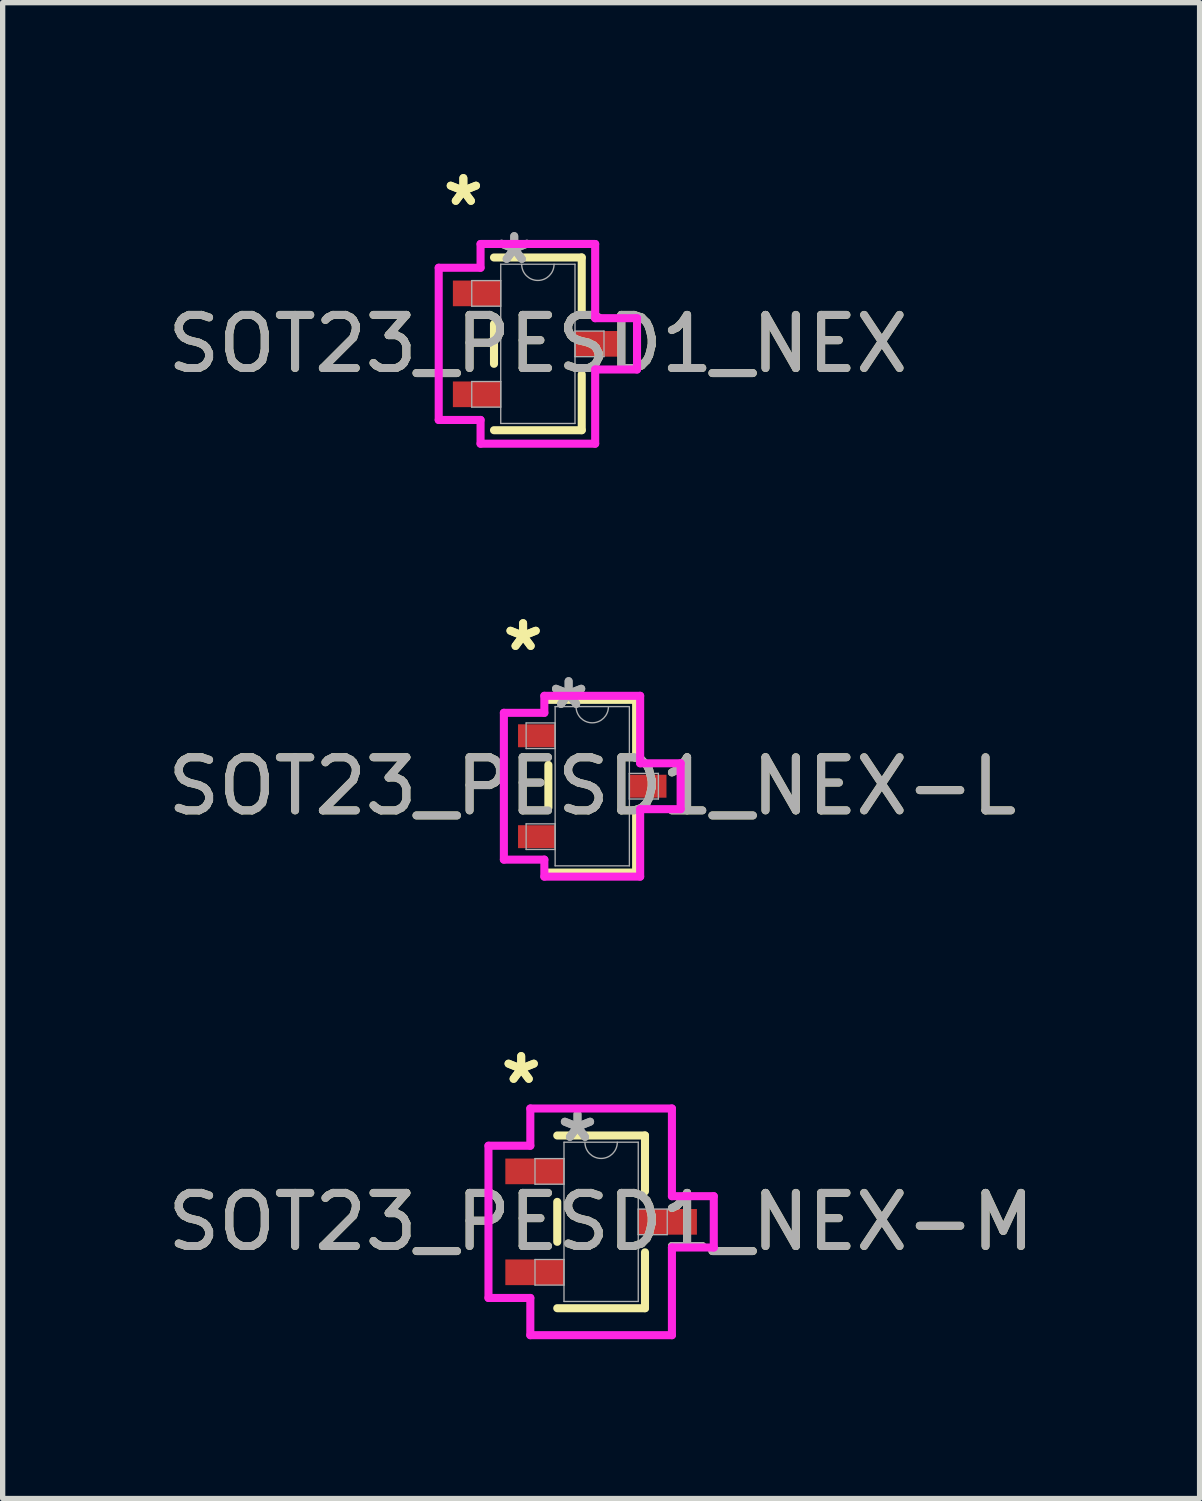
<source format=kicad_pcb>
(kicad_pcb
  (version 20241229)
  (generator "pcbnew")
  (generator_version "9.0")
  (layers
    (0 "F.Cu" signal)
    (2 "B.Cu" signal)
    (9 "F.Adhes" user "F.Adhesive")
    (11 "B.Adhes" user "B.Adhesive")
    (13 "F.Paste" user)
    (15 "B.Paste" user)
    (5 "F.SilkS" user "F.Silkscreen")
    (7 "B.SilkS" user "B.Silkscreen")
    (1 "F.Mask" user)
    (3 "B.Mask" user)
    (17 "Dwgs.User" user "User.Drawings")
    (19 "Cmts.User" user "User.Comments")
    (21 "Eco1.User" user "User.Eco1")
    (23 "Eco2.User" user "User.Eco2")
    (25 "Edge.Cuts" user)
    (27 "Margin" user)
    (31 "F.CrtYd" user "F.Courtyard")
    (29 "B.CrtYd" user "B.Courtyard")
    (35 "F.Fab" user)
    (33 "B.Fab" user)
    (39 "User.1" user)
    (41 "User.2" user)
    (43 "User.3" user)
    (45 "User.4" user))
  (footprint "SOT23_PESD1_NEX"
    (layer "F.Cu")
    (at 7.077 3.424)
    (property "Reference" "SOT23_PESD1_NEX" (at 0 0 0) (unlocked yes) (layer "F.SilkS") (effects (font (size 1 1) (thickness 0.15))))
    (attr smd)
    (fp_line (start -0.826 -0.376) (end -0.826 0.376) (stroke (width 0.152) (type solid)) (layer "F.SilkS"))
    (fp_line (start -0.826 1.626) (end 0.826 1.626) (stroke (width 0.152) (type solid)) (layer "F.SilkS"))
    (fp_line (start 0.826 -1.626) (end -0.826 -1.626) (stroke (width 0.152) (type solid)) (layer "F.SilkS"))
    (fp_line (start 0.826 -0.574) (end 0.826 -1.626) (stroke (width 0.152) (type solid)) (layer "F.SilkS"))
    (fp_line (start 0.826 1.626) (end 0.826 0.574) (stroke (width 0.152) (type solid)) (layer "F.SilkS"))
    (fp_line (start -1.867 -1.433) (end -1.079 -1.433) (stroke (width 0.152) (type solid)) (layer "F.CrtYd"))
    (fp_line (start -1.867 1.433) (end -1.867 -1.433) (stroke (width 0.152) (type solid)) (layer "F.CrtYd"))
    (fp_line (start -1.079 -1.88) (end 1.079 -1.88) (stroke (width 0.152) (type solid)) (layer "F.CrtYd"))
    (fp_line (start -1.079 -1.433) (end -1.079 -1.88) (stroke (width 0.152) (type solid)) (layer "F.CrtYd"))
    (fp_line (start -1.079 1.433) (end -1.867 1.433) (stroke (width 0.152) (type solid)) (layer "F.CrtYd"))
    (fp_line (start -1.079 1.88) (end -1.079 1.433) (stroke (width 0.152) (type solid)) (layer "F.CrtYd"))
    (fp_line (start 1.079 -1.88) (end 1.079 -0.483) (stroke (width 0.152) (type solid)) (layer "F.CrtYd"))
    (fp_line (start 1.079 -0.483) (end 1.867 -0.483) (stroke (width 0.152) (type solid)) (layer "F.CrtYd"))
    (fp_line (start 1.079 0.483) (end 1.079 1.88) (stroke (width 0.152) (type solid)) (layer "F.CrtYd"))
    (fp_line (start 1.079 1.88) (end -1.079 1.88) (stroke (width 0.152) (type solid)) (layer "F.CrtYd"))
    (fp_line (start 1.867 -0.483) (end 1.867 0.483) (stroke (width 0.152) (type solid)) (layer "F.CrtYd"))
    (fp_line (start 1.867 0.483) (end 1.079 0.483) (stroke (width 0.152) (type solid)) (layer "F.CrtYd"))
    (fp_line (start -1.245 -1.191) (end -1.245 -0.709) (stroke (width 0.025) (type solid)) (layer "F.Fab"))
    (fp_line (start -1.245 -0.709) (end -0.699 -0.709) (stroke (width 0.025) (type solid)) (layer "F.Fab"))
    (fp_line (start -1.245 0.709) (end -1.245 1.191) (stroke (width 0.025) (type solid)) (layer "F.Fab"))
    (fp_line (start -1.245 1.191) (end -0.699 1.191) (stroke (width 0.025) (type solid)) (layer "F.Fab"))
    (fp_line (start -0.699 -1.499) (end -0.699 1.499) (stroke (width 0.025) (type solid)) (layer "F.Fab"))
    (fp_line (start -0.699 -1.191) (end -1.245 -1.191) (stroke (width 0.025) (type solid)) (layer "F.Fab"))
    (fp_line (start -0.699 -0.709) (end -0.699 -1.191) (stroke (width 0.025) (type solid)) (layer "F.Fab"))
    (fp_line (start -0.699 0.709) (end -1.245 0.709) (stroke (width 0.025) (type solid)) (layer "F.Fab"))
    (fp_line (start -0.699 1.191) (end -0.699 0.709) (stroke (width 0.025) (type solid)) (layer "F.Fab"))
    (fp_line (start -0.699 1.499) (end 0.699 1.499) (stroke (width 0.025) (type solid)) (layer "F.Fab"))
    (fp_line (start 0.699 -1.499) (end -0.699 -1.499) (stroke (width 0.025) (type solid)) (layer "F.Fab"))
    (fp_line (start 0.699 -0.241) (end 0.699 0.241) (stroke (width 0.025) (type solid)) (layer "F.Fab"))
    (fp_line (start 0.699 0.241) (end 1.245 0.241) (stroke (width 0.025) (type solid)) (layer "F.Fab"))
    (fp_line (start 0.699 1.499) (end 0.699 -1.499) (stroke (width 0.025) (type solid)) (layer "F.Fab"))
    (fp_line (start 1.245 -0.241) (end 0.699 -0.241) (stroke (width 0.025) (type solid)) (layer "F.Fab"))
    (fp_line (start 1.245 0.241) (end 1.245 -0.241) (stroke (width 0.025) (type solid)) (layer "F.Fab"))
    (fp_arc (start 0.3048 -1.4986) (mid 0 -1.1938) (end -0.3048 -1.4986) (stroke (width 0.0254) (type solid)) (layer "F.Fab"))
    (fp_text user "*" (at -1.403 -2.576 0) (unlocked yes) (layer "F.SilkS") (effects (font (size 1 1) (thickness 0.15))))
    (fp_text user "*" (at -1.403 -2.576 0) (layer "F.SilkS") (effects (font (size 1 1) (thickness 0.15))))
    (fp_text user "*" (at -0.445 -1.483 0) (unlocked yes) (layer "F.Fab") (effects (font (size 1 1) (thickness 0.15))))
    (fp_text user "*" (at -0.445 -1.483 0) (layer "F.Fab") (effects (font (size 1 1) (thickness 0.15))))
    (fp_text user "${REFERENCE}" (at 0 0 0) (unlocked yes) (layer "F.Fab") (effects (font (size 1 1) (thickness 0.15))))
    (pad "1" smd rect (at -1.149 -0.95) (size 0.902 0.483) (layers "F.Cu" "F.Mask" "F.Paste"))
    (pad "2" smd rect (at -1.149 0.95) (size 0.902 0.483) (layers "F.Cu" "F.Mask" "F.Paste"))
    (pad "3" smd rect (at 1.149 0) (size 0.902 0.483) (layers "F.Cu" "F.Mask" "F.Paste")))
  (footprint "SOT23_PESD1_NEX-M"
    (layer "F.Cu")
    (at 8.268 19.955)
    (property "Reference" "SOT23_PESD1_NEX-M" (at 0 0 0) (unlocked yes) (layer "F.SilkS") (effects (font (size 1 1) (thickness 0.15))))
    (attr smd)
    (fp_line (start -0.826 -0.376) (end -0.826 0.376) (stroke (width 0.152) (type solid)) (layer "F.SilkS"))
    (fp_line (start -0.826 1.626) (end 0.826 1.626) (stroke (width 0.152) (type solid)) (layer "F.SilkS"))
    (fp_line (start 0.826 -1.626) (end -0.826 -1.626) (stroke (width 0.152) (type solid)) (layer "F.SilkS"))
    (fp_line (start 0.826 -0.574) (end 0.826 -1.626) (stroke (width 0.152) (type solid)) (layer "F.SilkS"))
    (fp_line (start 0.826 1.626) (end 0.826 0.574) (stroke (width 0.152) (type solid)) (layer "F.SilkS"))
    (fp_line (start -2.121 -1.433) (end -1.333 -1.433) (stroke (width 0.152) (type solid)) (layer "F.CrtYd"))
    (fp_line (start -2.121 1.433) (end -2.121 -1.433) (stroke (width 0.152) (type solid)) (layer "F.CrtYd"))
    (fp_line (start -1.333 -2.134) (end 1.333 -2.134) (stroke (width 0.152) (type solid)) (layer "F.CrtYd"))
    (fp_line (start -1.333 -1.433) (end -1.333 -2.134) (stroke (width 0.152) (type solid)) (layer "F.CrtYd"))
    (fp_line (start -1.333 1.433) (end -2.121 1.433) (stroke (width 0.152) (type solid)) (layer "F.CrtYd"))
    (fp_line (start -1.333 2.134) (end -1.333 1.433) (stroke (width 0.152) (type solid)) (layer "F.CrtYd"))
    (fp_line (start 1.333 -2.134) (end 1.333 -0.483) (stroke (width 0.152) (type solid)) (layer "F.CrtYd"))
    (fp_line (start 1.333 -0.483) (end 2.121 -0.483) (stroke (width 0.152) (type solid)) (layer "F.CrtYd"))
    (fp_line (start 1.333 0.483) (end 1.333 2.134) (stroke (width 0.152) (type solid)) (layer "F.CrtYd"))
    (fp_line (start 1.333 2.134) (end -1.333 2.134) (stroke (width 0.152) (type solid)) (layer "F.CrtYd"))
    (fp_line (start 2.121 -0.483) (end 2.121 0.483) (stroke (width 0.152) (type solid)) (layer "F.CrtYd"))
    (fp_line (start 2.121 0.483) (end 1.333 0.483) (stroke (width 0.152) (type solid)) (layer "F.CrtYd"))
    (fp_line (start -1.245 -1.191) (end -1.245 -0.709) (stroke (width 0.025) (type solid)) (layer "F.Fab"))
    (fp_line (start -1.245 -0.709) (end -0.699 -0.709) (stroke (width 0.025) (type solid)) (layer "F.Fab"))
    (fp_line (start -1.245 0.709) (end -1.245 1.191) (stroke (width 0.025) (type solid)) (layer "F.Fab"))
    (fp_line (start -1.245 1.191) (end -0.699 1.191) (stroke (width 0.025) (type solid)) (layer "F.Fab"))
    (fp_line (start -0.699 -1.499) (end -0.699 1.499) (stroke (width 0.025) (type solid)) (layer "F.Fab"))
    (fp_line (start -0.699 -1.191) (end -1.245 -1.191) (stroke (width 0.025) (type solid)) (layer "F.Fab"))
    (fp_line (start -0.699 -0.709) (end -0.699 -1.191) (stroke (width 0.025) (type solid)) (layer "F.Fab"))
    (fp_line (start -0.699 0.709) (end -1.245 0.709) (stroke (width 0.025) (type solid)) (layer "F.Fab"))
    (fp_line (start -0.699 1.191) (end -0.699 0.709) (stroke (width 0.025) (type solid)) (layer "F.Fab"))
    (fp_line (start -0.699 1.499) (end 0.699 1.499) (stroke (width 0.025) (type solid)) (layer "F.Fab"))
    (fp_line (start 0.699 -1.499) (end -0.699 -1.499) (stroke (width 0.025) (type solid)) (layer "F.Fab"))
    (fp_line (start 0.699 -0.241) (end 0.699 0.241) (stroke (width 0.025) (type solid)) (layer "F.Fab"))
    (fp_line (start 0.699 0.241) (end 1.245 0.241) (stroke (width 0.025) (type solid)) (layer "F.Fab"))
    (fp_line (start 0.699 1.499) (end 0.699 -1.499) (stroke (width 0.025) (type solid)) (layer "F.Fab"))
    (fp_line (start 1.245 -0.241) (end 0.699 -0.241) (stroke (width 0.025) (type solid)) (layer "F.Fab"))
    (fp_line (start 1.245 0.241) (end 1.245 -0.241) (stroke (width 0.025) (type solid)) (layer "F.Fab"))
    (fp_arc (start 0.3048 -1.4986) (mid 0 -1.1938) (end -0.3048 -1.4986) (stroke (width 0.0254) (type solid)) (layer "F.Fab"))
    (fp_text user "*" (at -1.505 -2.576 0) (layer "F.SilkS") (effects (font (size 1 1) (thickness 0.15))))
    (fp_text user "*" (at -1.505 -2.576 0) (unlocked yes) (layer "F.SilkS") (effects (font (size 1 1) (thickness 0.15))))
    (fp_text user "${REFERENCE}" (at 0 0 0) (unlocked yes) (layer "F.Fab") (effects (font (size 1 1) (thickness 0.15))))
    (fp_text user "*" (at -0.445 -1.483 0) (layer "F.Fab") (effects (font (size 1 1) (thickness 0.15))))
    (fp_text user "*" (at -0.445 -1.483 0) (unlocked yes) (layer "F.Fab") (effects (font (size 1 1) (thickness 0.15))))
    (pad "1" smd rect (at -1.251 -0.95) (size 1.105 0.483) (layers "F.Cu" "F.Mask" "F.Paste"))
    (pad "2" smd rect (at -1.251 0.95) (size 1.105 0.483) (layers "F.Cu" "F.Mask" "F.Paste"))
    (pad "3" smd rect (at 1.251 0) (size 1.105 0.483) (layers "F.Cu" "F.Mask" "F.Paste")))
  (footprint "SOT23_PESD1_NEX-L"
    (layer "F.Cu")
    (at 8.101 11.753)
    (property "Reference" "SOT23_PESD1_NEX-L" (at 0 0 0) (unlocked yes) (layer "F.SilkS") (effects (font (size 1 1) (thickness 0.15))))
    (attr smd)
    (fp_line (start -0.826 -0.401) (end -0.826 0.401) (stroke (width 0.152) (type solid)) (layer "F.SilkS"))
    (fp_line (start -0.826 1.626) (end 0.826 1.626) (stroke (width 0.152) (type solid)) (layer "F.SilkS"))
    (fp_line (start 0.826 -1.626) (end -0.826 -1.626) (stroke (width 0.152) (type solid)) (layer "F.SilkS"))
    (fp_line (start 0.826 -0.549) (end 0.826 -1.626) (stroke (width 0.152) (type solid)) (layer "F.SilkS"))
    (fp_line (start 0.826 1.626) (end 0.826 0.549) (stroke (width 0.152) (type solid)) (layer "F.SilkS"))
    (fp_line (start -1.664 -1.382) (end -0.902 -1.382) (stroke (width 0.152) (type solid)) (layer "F.CrtYd"))
    (fp_line (start -1.664 1.382) (end -1.664 -1.382) (stroke (width 0.152) (type solid)) (layer "F.CrtYd"))
    (fp_line (start -0.902 -1.702) (end 0.902 -1.702) (stroke (width 0.152) (type solid)) (layer "F.CrtYd"))
    (fp_line (start -0.902 -1.382) (end -0.902 -1.702) (stroke (width 0.152) (type solid)) (layer "F.CrtYd"))
    (fp_line (start -0.902 1.382) (end -1.664 1.382) (stroke (width 0.152) (type solid)) (layer "F.CrtYd"))
    (fp_line (start -0.902 1.702) (end -0.902 1.382) (stroke (width 0.152) (type solid)) (layer "F.CrtYd"))
    (fp_line (start 0.902 -1.702) (end 0.902 -0.432) (stroke (width 0.152) (type solid)) (layer "F.CrtYd"))
    (fp_line (start 0.902 -0.432) (end 1.664 -0.432) (stroke (width 0.152) (type solid)) (layer "F.CrtYd"))
    (fp_line (start 0.902 0.432) (end 0.902 1.702) (stroke (width 0.152) (type solid)) (layer "F.CrtYd"))
    (fp_line (start 0.902 1.702) (end -0.902 1.702) (stroke (width 0.152) (type solid)) (layer "F.CrtYd"))
    (fp_line (start 1.664 -0.432) (end 1.664 0.432) (stroke (width 0.152) (type solid)) (layer "F.CrtYd"))
    (fp_line (start 1.664 0.432) (end 0.902 0.432) (stroke (width 0.152) (type solid)) (layer "F.CrtYd"))
    (fp_line (start -1.245 -1.191) (end -1.245 -0.709) (stroke (width 0.025) (type solid)) (layer "F.Fab"))
    (fp_line (start -1.245 -0.709) (end -0.699 -0.709) (stroke (width 0.025) (type solid)) (layer "F.Fab"))
    (fp_line (start -1.245 0.709) (end -1.245 1.191) (stroke (width 0.025) (type solid)) (layer "F.Fab"))
    (fp_line (start -1.245 1.191) (end -0.699 1.191) (stroke (width 0.025) (type solid)) (layer "F.Fab"))
    (fp_line (start -0.699 -1.499) (end -0.699 1.499) (stroke (width 0.025) (type solid)) (layer "F.Fab"))
    (fp_line (start -0.699 -1.191) (end -1.245 -1.191) (stroke (width 0.025) (type solid)) (layer "F.Fab"))
    (fp_line (start -0.699 -0.709) (end -0.699 -1.191) (stroke (width 0.025) (type solid)) (layer "F.Fab"))
    (fp_line (start -0.699 0.709) (end -1.245 0.709) (stroke (width 0.025) (type solid)) (layer "F.Fab"))
    (fp_line (start -0.699 1.191) (end -0.699 0.709) (stroke (width 0.025) (type solid)) (layer "F.Fab"))
    (fp_line (start -0.699 1.499) (end 0.699 1.499) (stroke (width 0.025) (type solid)) (layer "F.Fab"))
    (fp_line (start 0.699 -1.499) (end -0.699 -1.499) (stroke (width 0.025) (type solid)) (layer "F.Fab"))
    (fp_line (start 0.699 -0.241) (end 0.699 0.241) (stroke (width 0.025) (type solid)) (layer "F.Fab"))
    (fp_line (start 0.699 0.241) (end 1.245 0.241) (stroke (width 0.025) (type solid)) (layer "F.Fab"))
    (fp_line (start 0.699 1.499) (end 0.699 -1.499) (stroke (width 0.025) (type solid)) (layer "F.Fab"))
    (fp_line (start 1.245 -0.241) (end 0.699 -0.241) (stroke (width 0.025) (type solid)) (layer "F.Fab"))
    (fp_line (start 1.245 0.241) (end 1.245 -0.241) (stroke (width 0.025) (type solid)) (layer "F.Fab"))
    (fp_arc (start 0.3048 -1.4986) (mid 0 -1.1938) (end -0.3048 -1.4986) (stroke (width 0.0254) (type solid)) (layer "F.Fab"))
    (fp_text user "*" (at -1.302 -2.525 0) (unlocked yes) (layer "F.SilkS") (effects (font (size 1 1) (thickness 0.15))))
    (fp_text user "*" (at -1.302 -2.525 0) (layer "F.SilkS") (effects (font (size 1 1) (thickness 0.15))))
    (fp_text user "${REFERENCE}" (at 0 0 0) (unlocked yes) (layer "F.Fab") (effects (font (size 1 1) (thickness 0.15))))
    (fp_text user "*" (at -0.445 -1.433 0) (layer "F.Fab") (effects (font (size 1 1) (thickness 0.15))))
    (fp_text user "*" (at -0.445 -1.433 0) (unlocked yes) (layer "F.Fab") (effects (font (size 1 1) (thickness 0.15))))
    (pad "1" smd rect (at -1.048 -0.95) (size 0.699 0.432) (layers "F.Cu" "F.Mask" "F.Paste"))
    (pad "2" smd rect (at -1.048 0.95) (size 0.699 0.432) (layers "F.Cu" "F.Mask" "F.Paste"))
    (pad "3" smd rect (at 1.048 0) (size 0.699 0.432) (layers "F.Cu" "F.Mask" "F.Paste")))
  (gr_rect
    (start -3 -3)
    (end 19.536 25.164)
    (stroke (width 0.1) (type default))
    (fill no)
    (layer "Edge.Cuts")))
</source>
